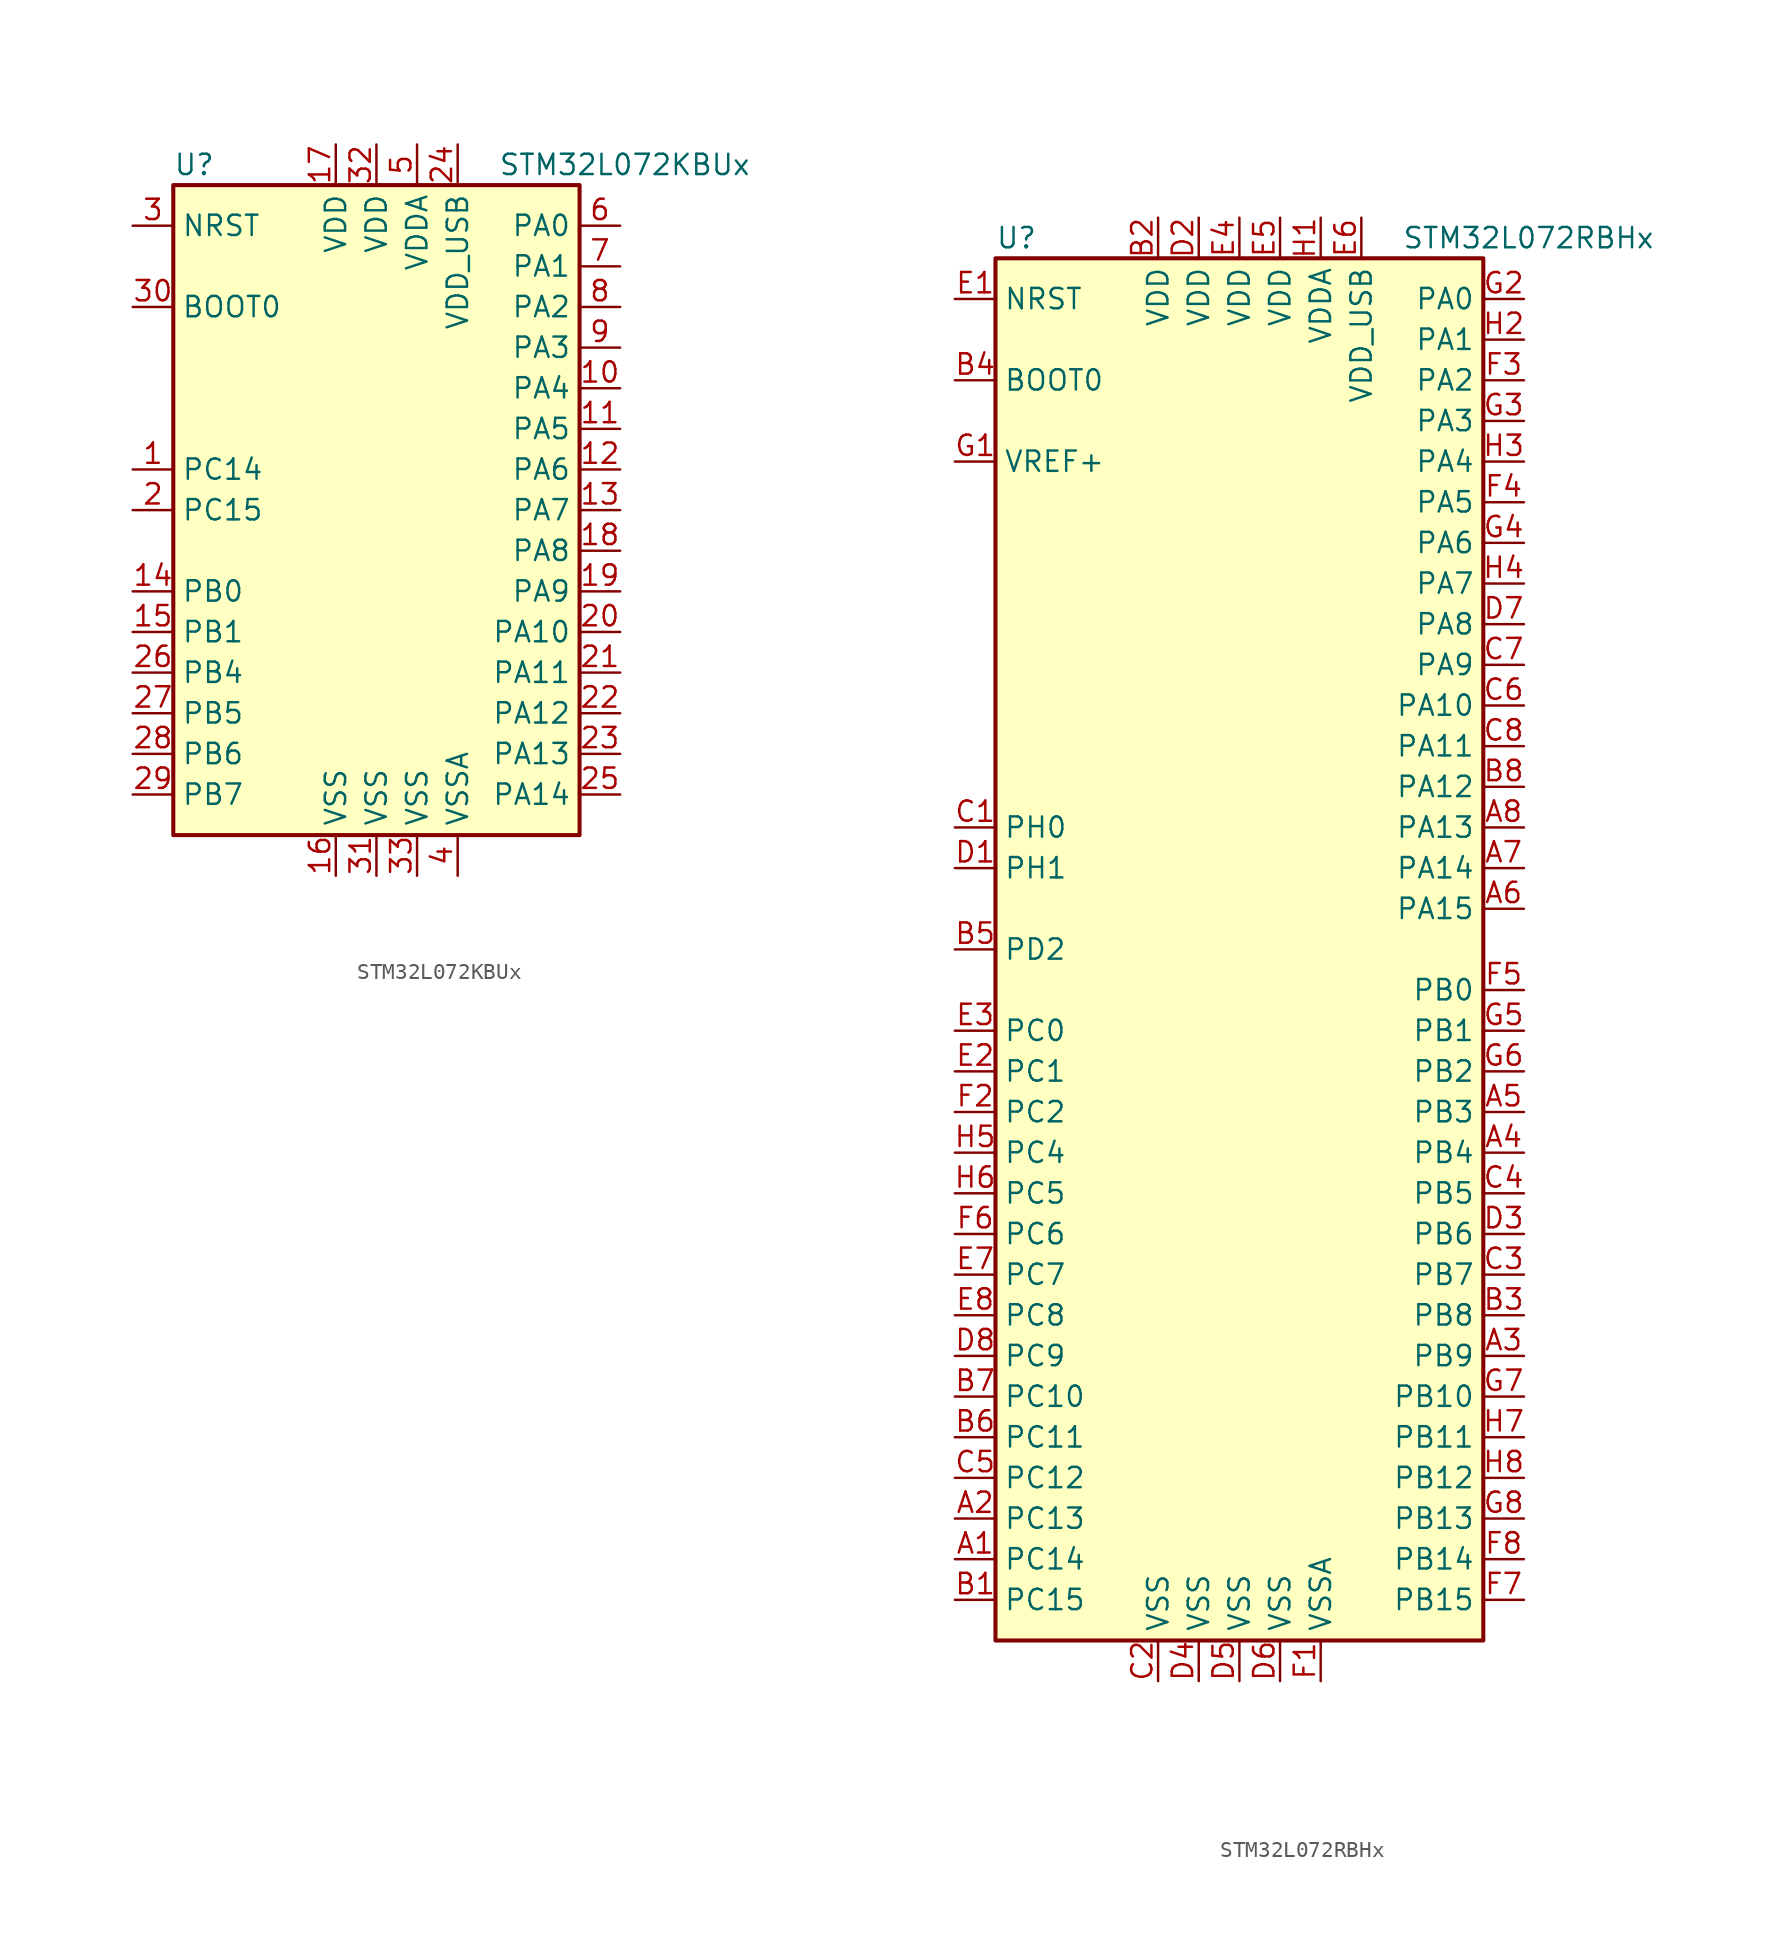
<source format=kicad_sym>
(kicad_symbol_lib
  (version 20201005)
  (generator kicad_symbol_editor)
  (symbol "MCU_ST_STM32L0:STM32L072KBUx"
    (property "Reference" "U"
      (at -12.7 21.59 0)
      (effects (font (size 1.27 1.27)) (justify left)))
    (property "Value" "STM32L072KBUx"
      (at 7.62 21.59 0)
      (effects (font (size 1.27 1.27)) (justify left)))
    (symbol "STM32L072KBUx_0_1"
      (rectangle (start -12.7 -20.32) (end 12.7 20.32) (stroke (width 0.254)) (fill (type background))))
    (symbol "STM32L072KBUx_1_1"
      (pin input line (at -15.24 12.7 0) (length 2.54) (name "BOOT0" (effects (font (size 1.27 1.27)))) (number "30" (effects (font (size 1.27 1.27)))))
      (pin input line (at -15.24 17.78 0) (length 2.54) (name "NRST" (effects (font (size 1.27 1.27)))) (number "3" (effects (font (size 1.27 1.27)))))
      (pin bidirectional line (at 15.24 17.78 180) (length 2.54) (name "PA0" (effects (font (size 1.27 1.27)))) (number "6" (effects (font (size 1.27 1.27)))))
      (pin bidirectional line (at 15.24 15.24 180) (length 2.54) (name "PA1" (effects (font (size 1.27 1.27)))) (number "7" (effects (font (size 1.27 1.27)))))
      (pin bidirectional line (at 15.24 -7.62 180) (length 2.54) (name "PA10" (effects (font (size 1.27 1.27)))) (number "20" (effects (font (size 1.27 1.27)))))
      (pin bidirectional line (at 15.24 -10.16 180) (length 2.54) (name "PA11" (effects (font (size 1.27 1.27)))) (number "21" (effects (font (size 1.27 1.27)))))
      (pin bidirectional line (at 15.24 -12.7 180) (length 2.54) (name "PA12" (effects (font (size 1.27 1.27)))) (number "22" (effects (font (size 1.27 1.27)))))
      (pin bidirectional line (at 15.24 -15.24 180) (length 2.54) (name "PA13" (effects (font (size 1.27 1.27)))) (number "23" (effects (font (size 1.27 1.27)))))
      (pin bidirectional line (at 15.24 -17.78 180) (length 2.54) (name "PA14" (effects (font (size 1.27 1.27)))) (number "25" (effects (font (size 1.27 1.27)))))
      (pin bidirectional line (at 15.24 12.7 180) (length 2.54) (name "PA2" (effects (font (size 1.27 1.27)))) (number "8" (effects (font (size 1.27 1.27)))))
      (pin bidirectional line (at 15.24 10.16 180) (length 2.54) (name "PA3" (effects (font (size 1.27 1.27)))) (number "9" (effects (font (size 1.27 1.27)))))
      (pin bidirectional line (at 15.24 7.62 180) (length 2.54) (name "PA4" (effects (font (size 1.27 1.27)))) (number "10" (effects (font (size 1.27 1.27)))))
      (pin bidirectional line (at 15.24 5.08 180) (length 2.54) (name "PA5" (effects (font (size 1.27 1.27)))) (number "11" (effects (font (size 1.27 1.27)))))
      (pin bidirectional line (at 15.24 2.54 180) (length 2.54) (name "PA6" (effects (font (size 1.27 1.27)))) (number "12" (effects (font (size 1.27 1.27)))))
      (pin bidirectional line (at 15.24 0 180) (length 2.54) (name "PA7" (effects (font (size 1.27 1.27)))) (number "13" (effects (font (size 1.27 1.27)))))
      (pin bidirectional line (at 15.24 -2.54 180) (length 2.54) (name "PA8" (effects (font (size 1.27 1.27)))) (number "18" (effects (font (size 1.27 1.27)))))
      (pin bidirectional line (at 15.24 -5.08 180) (length 2.54) (name "PA9" (effects (font (size 1.27 1.27)))) (number "19" (effects (font (size 1.27 1.27)))))
      (pin bidirectional line (at -15.24 -5.08 0) (length 2.54) (name "PB0" (effects (font (size 1.27 1.27)))) (number "14" (effects (font (size 1.27 1.27)))))
      (pin bidirectional line (at -15.24 -7.62 0) (length 2.54) (name "PB1" (effects (font (size 1.27 1.27)))) (number "15" (effects (font (size 1.27 1.27)))))
      (pin bidirectional line (at -15.24 -10.16 0) (length 2.54) (name "PB4" (effects (font (size 1.27 1.27)))) (number "26" (effects (font (size 1.27 1.27)))))
      (pin bidirectional line (at -15.24 -12.7 0) (length 2.54) (name "PB5" (effects (font (size 1.27 1.27)))) (number "27" (effects (font (size 1.27 1.27)))))
      (pin bidirectional line (at -15.24 -15.24 0) (length 2.54) (name "PB6" (effects (font (size 1.27 1.27)))) (number "28" (effects (font (size 1.27 1.27)))))
      (pin bidirectional line (at -15.24 -17.78 0) (length 2.54) (name "PB7" (effects (font (size 1.27 1.27)))) (number "29" (effects (font (size 1.27 1.27)))))
      (pin bidirectional line (at -15.24 2.54 0) (length 2.54) (name "PC14" (effects (font (size 1.27 1.27)))) (number "1" (effects (font (size 1.27 1.27)))))
      (pin bidirectional line (at -15.24 0 0) (length 2.54) (name "PC15" (effects (font (size 1.27 1.27)))) (number "2" (effects (font (size 1.27 1.27)))))
      (pin power_in line (at -2.54 22.86 270) (length 2.54) (name "VDD" (effects (font (size 1.27 1.27)))) (number "17" (effects (font (size 1.27 1.27)))))
      (pin power_in line (at 0 22.86 270) (length 2.54) (name "VDD" (effects (font (size 1.27 1.27)))) (number "32" (effects (font (size 1.27 1.27)))))
      (pin power_in line (at 2.54 22.86 270) (length 2.54) (name "VDDA" (effects (font (size 1.27 1.27)))) (number "5" (effects (font (size 1.27 1.27)))))
      (pin power_in line (at 5.08 22.86 270) (length 2.54) (name "VDD_USB" (effects (font (size 1.27 1.27)))) (number "24" (effects (font (size 1.27 1.27)))))
      (pin power_in line (at -2.54 -22.86 90) (length 2.54) (name "VSS" (effects (font (size 1.27 1.27)))) (number "16" (effects (font (size 1.27 1.27)))))
      (pin power_in line (at 0 -22.86 90) (length 2.54) (name "VSS" (effects (font (size 1.27 1.27)))) (number "31" (effects (font (size 1.27 1.27)))))
      (pin power_in line (at 2.54 -22.86 90) (length 2.54) (name "VSS" (effects (font (size 1.27 1.27)))) (number "33" (effects (font (size 1.27 1.27)))))
      (pin power_in line (at 5.08 -22.86 90) (length 2.54) (name "VSSA" (effects (font (size 1.27 1.27)))) (number "4" (effects (font (size 1.27 1.27)))))))
  (symbol "MCU_ST_STM32L0:STM32L072RBHx"
    (property "Reference" "U"
      (at -15.24 44.45 0)
      (effects (font (size 1.27 1.27)) (justify left)))
    (property "Value" "STM32L072RBHx"
      (at 10.16 44.45 0)
      (effects (font (size 1.27 1.27)) (justify left)))
    (symbol "STM32L072RBHx_0_1"
      (rectangle (start -15.24 -43.18) (end 15.24 43.18) (stroke (width 0.254)) (fill (type background))))
    (symbol "STM32L072RBHx_1_1"
      (pin input line (at -17.78 35.56 0) (length 2.54) (name "BOOT0" (effects (font (size 1.27 1.27)))) (number "B4" (effects (font (size 1.27 1.27)))))
      (pin input line (at -17.78 40.64 0) (length 2.54) (name "NRST" (effects (font (size 1.27 1.27)))) (number "E1" (effects (font (size 1.27 1.27)))))
      (pin bidirectional line (at 17.78 40.64 180) (length 2.54) (name "PA0" (effects (font (size 1.27 1.27)))) (number "G2" (effects (font (size 1.27 1.27)))))
      (pin bidirectional line (at 17.78 38.1 180) (length 2.54) (name "PA1" (effects (font (size 1.27 1.27)))) (number "H2" (effects (font (size 1.27 1.27)))))
      (pin bidirectional line (at 17.78 15.24 180) (length 2.54) (name "PA10" (effects (font (size 1.27 1.27)))) (number "C6" (effects (font (size 1.27 1.27)))))
      (pin bidirectional line (at 17.78 12.7 180) (length 2.54) (name "PA11" (effects (font (size 1.27 1.27)))) (number "C8" (effects (font (size 1.27 1.27)))))
      (pin bidirectional line (at 17.78 10.16 180) (length 2.54) (name "PA12" (effects (font (size 1.27 1.27)))) (number "B8" (effects (font (size 1.27 1.27)))))
      (pin bidirectional line (at 17.78 7.62 180) (length 2.54) (name "PA13" (effects (font (size 1.27 1.27)))) (number "A8" (effects (font (size 1.27 1.27)))))
      (pin bidirectional line (at 17.78 5.08 180) (length 2.54) (name "PA14" (effects (font (size 1.27 1.27)))) (number "A7" (effects (font (size 1.27 1.27)))))
      (pin bidirectional line (at 17.78 2.54 180) (length 2.54) (name "PA15" (effects (font (size 1.27 1.27)))) (number "A6" (effects (font (size 1.27 1.27)))))
      (pin bidirectional line (at 17.78 35.56 180) (length 2.54) (name "PA2" (effects (font (size 1.27 1.27)))) (number "F3" (effects (font (size 1.27 1.27)))))
      (pin bidirectional line (at 17.78 33.02 180) (length 2.54) (name "PA3" (effects (font (size 1.27 1.27)))) (number "G3" (effects (font (size 1.27 1.27)))))
      (pin bidirectional line (at 17.78 30.48 180) (length 2.54) (name "PA4" (effects (font (size 1.27 1.27)))) (number "H3" (effects (font (size 1.27 1.27)))))
      (pin bidirectional line (at 17.78 27.94 180) (length 2.54) (name "PA5" (effects (font (size 1.27 1.27)))) (number "F4" (effects (font (size 1.27 1.27)))))
      (pin bidirectional line (at 17.78 25.4 180) (length 2.54) (name "PA6" (effects (font (size 1.27 1.27)))) (number "G4" (effects (font (size 1.27 1.27)))))
      (pin bidirectional line (at 17.78 22.86 180) (length 2.54) (name "PA7" (effects (font (size 1.27 1.27)))) (number "H4" (effects (font (size 1.27 1.27)))))
      (pin bidirectional line (at 17.78 20.32 180) (length 2.54) (name "PA8" (effects (font (size 1.27 1.27)))) (number "D7" (effects (font (size 1.27 1.27)))))
      (pin bidirectional line (at 17.78 17.78 180) (length 2.54) (name "PA9" (effects (font (size 1.27 1.27)))) (number "C7" (effects (font (size 1.27 1.27)))))
      (pin bidirectional line (at 17.78 -2.54 180) (length 2.54) (name "PB0" (effects (font (size 1.27 1.27)))) (number "F5" (effects (font (size 1.27 1.27)))))
      (pin bidirectional line (at 17.78 -5.08 180) (length 2.54) (name "PB1" (effects (font (size 1.27 1.27)))) (number "G5" (effects (font (size 1.27 1.27)))))
      (pin bidirectional line (at 17.78 -27.94 180) (length 2.54) (name "PB10" (effects (font (size 1.27 1.27)))) (number "G7" (effects (font (size 1.27 1.27)))))
      (pin bidirectional line (at 17.78 -30.48 180) (length 2.54) (name "PB11" (effects (font (size 1.27 1.27)))) (number "H7" (effects (font (size 1.27 1.27)))))
      (pin bidirectional line (at 17.78 -33.02 180) (length 2.54) (name "PB12" (effects (font (size 1.27 1.27)))) (number "H8" (effects (font (size 1.27 1.27)))))
      (pin bidirectional line (at 17.78 -35.56 180) (length 2.54) (name "PB13" (effects (font (size 1.27 1.27)))) (number "G8" (effects (font (size 1.27 1.27)))))
      (pin bidirectional line (at 17.78 -38.1 180) (length 2.54) (name "PB14" (effects (font (size 1.27 1.27)))) (number "F8" (effects (font (size 1.27 1.27)))))
      (pin bidirectional line (at 17.78 -40.64 180) (length 2.54) (name "PB15" (effects (font (size 1.27 1.27)))) (number "F7" (effects (font (size 1.27 1.27)))))
      (pin bidirectional line (at 17.78 -7.62 180) (length 2.54) (name "PB2" (effects (font (size 1.27 1.27)))) (number "G6" (effects (font (size 1.27 1.27)))))
      (pin bidirectional line (at 17.78 -10.16 180) (length 2.54) (name "PB3" (effects (font (size 1.27 1.27)))) (number "A5" (effects (font (size 1.27 1.27)))))
      (pin bidirectional line (at 17.78 -12.7 180) (length 2.54) (name "PB4" (effects (font (size 1.27 1.27)))) (number "A4" (effects (font (size 1.27 1.27)))))
      (pin bidirectional line (at 17.78 -15.24 180) (length 2.54) (name "PB5" (effects (font (size 1.27 1.27)))) (number "C4" (effects (font (size 1.27 1.27)))))
      (pin bidirectional line (at 17.78 -17.78 180) (length 2.54) (name "PB6" (effects (font (size 1.27 1.27)))) (number "D3" (effects (font (size 1.27 1.27)))))
      (pin bidirectional line (at 17.78 -20.32 180) (length 2.54) (name "PB7" (effects (font (size 1.27 1.27)))) (number "C3" (effects (font (size 1.27 1.27)))))
      (pin bidirectional line (at 17.78 -22.86 180) (length 2.54) (name "PB8" (effects (font (size 1.27 1.27)))) (number "B3" (effects (font (size 1.27 1.27)))))
      (pin bidirectional line (at 17.78 -25.4 180) (length 2.54) (name "PB9" (effects (font (size 1.27 1.27)))) (number "A3" (effects (font (size 1.27 1.27)))))
      (pin bidirectional line (at -17.78 -5.08 0) (length 2.54) (name "PC0" (effects (font (size 1.27 1.27)))) (number "E3" (effects (font (size 1.27 1.27)))))
      (pin bidirectional line (at -17.78 -7.62 0) (length 2.54) (name "PC1" (effects (font (size 1.27 1.27)))) (number "E2" (effects (font (size 1.27 1.27)))))
      (pin bidirectional line (at -17.78 -27.94 0) (length 2.54) (name "PC10" (effects (font (size 1.27 1.27)))) (number "B7" (effects (font (size 1.27 1.27)))))
      (pin bidirectional line (at -17.78 -30.48 0) (length 2.54) (name "PC11" (effects (font (size 1.27 1.27)))) (number "B6" (effects (font (size 1.27 1.27)))))
      (pin bidirectional line (at -17.78 -33.02 0) (length 2.54) (name "PC12" (effects (font (size 1.27 1.27)))) (number "C5" (effects (font (size 1.27 1.27)))))
      (pin bidirectional line (at -17.78 -35.56 0) (length 2.54) (name "PC13" (effects (font (size 1.27 1.27)))) (number "A2" (effects (font (size 1.27 1.27)))))
      (pin bidirectional line (at -17.78 -38.1 0) (length 2.54) (name "PC14" (effects (font (size 1.27 1.27)))) (number "A1" (effects (font (size 1.27 1.27)))))
      (pin bidirectional line (at -17.78 -40.64 0) (length 2.54) (name "PC15" (effects (font (size 1.27 1.27)))) (number "B1" (effects (font (size 1.27 1.27)))))
      (pin bidirectional line (at -17.78 -10.16 0) (length 2.54) (name "PC2" (effects (font (size 1.27 1.27)))) (number "F2" (effects (font (size 1.27 1.27)))))
      (pin bidirectional line (at -17.78 -12.7 0) (length 2.54) (name "PC4" (effects (font (size 1.27 1.27)))) (number "H5" (effects (font (size 1.27 1.27)))))
      (pin bidirectional line (at -17.78 -15.24 0) (length 2.54) (name "PC5" (effects (font (size 1.27 1.27)))) (number "H6" (effects (font (size 1.27 1.27)))))
      (pin bidirectional line (at -17.78 -17.78 0) (length 2.54) (name "PC6" (effects (font (size 1.27 1.27)))) (number "F6" (effects (font (size 1.27 1.27)))))
      (pin bidirectional line (at -17.78 -20.32 0) (length 2.54) (name "PC7" (effects (font (size 1.27 1.27)))) (number "E7" (effects (font (size 1.27 1.27)))))
      (pin bidirectional line (at -17.78 -22.86 0) (length 2.54) (name "PC8" (effects (font (size 1.27 1.27)))) (number "E8" (effects (font (size 1.27 1.27)))))
      (pin bidirectional line (at -17.78 -25.4 0) (length 2.54) (name "PC9" (effects (font (size 1.27 1.27)))) (number "D8" (effects (font (size 1.27 1.27)))))
      (pin bidirectional line (at -17.78 0 0) (length 2.54) (name "PD2" (effects (font (size 1.27 1.27)))) (number "B5" (effects (font (size 1.27 1.27)))))
      (pin input line (at -17.78 7.62 0) (length 2.54) (name "PH0" (effects (font (size 1.27 1.27)))) (number "C1" (effects (font (size 1.27 1.27)))))
      (pin input line (at -17.78 5.08 0) (length 2.54) (name "PH1" (effects (font (size 1.27 1.27)))) (number "D1" (effects (font (size 1.27 1.27)))))
      (pin power_in line (at -5.08 45.72 270) (length 2.54) (name "VDD" (effects (font (size 1.27 1.27)))) (number "B2" (effects (font (size 1.27 1.27)))))
      (pin power_in line (at -2.54 45.72 270) (length 2.54) (name "VDD" (effects (font (size 1.27 1.27)))) (number "D2" (effects (font (size 1.27 1.27)))))
      (pin power_in line (at 0 45.72 270) (length 2.54) (name "VDD" (effects (font (size 1.27 1.27)))) (number "E4" (effects (font (size 1.27 1.27)))))
      (pin power_in line (at 2.54 45.72 270) (length 2.54) (name "VDD" (effects (font (size 1.27 1.27)))) (number "E5" (effects (font (size 1.27 1.27)))))
      (pin power_in line (at 5.08 45.72 270) (length 2.54) (name "VDDA" (effects (font (size 1.27 1.27)))) (number "H1" (effects (font (size 1.27 1.27)))))
      (pin power_in line (at 7.62 45.72 270) (length 2.54) (name "VDD_USB" (effects (font (size 1.27 1.27)))) (number "E6" (effects (font (size 1.27 1.27)))))
      (pin power_in line (at -17.78 30.48 0) (length 2.54) (name "VREF+" (effects (font (size 1.27 1.27)))) (number "G1" (effects (font (size 1.27 1.27)))))
      (pin power_in line (at -5.08 -45.72 90) (length 2.54) (name "VSS" (effects (font (size 1.27 1.27)))) (number "C2" (effects (font (size 1.27 1.27)))))
      (pin power_in line (at -2.54 -45.72 90) (length 2.54) (name "VSS" (effects (font (size 1.27 1.27)))) (number "D4" (effects (font (size 1.27 1.27)))))
      (pin power_in line (at 0 -45.72 90) (length 2.54) (name "VSS" (effects (font (size 1.27 1.27)))) (number "D5" (effects (font (size 1.27 1.27)))))
      (pin power_in line (at 2.54 -45.72 90) (length 2.54) (name "VSS" (effects (font (size 1.27 1.27)))) (number "D6" (effects (font (size 1.27 1.27)))))
      (pin power_in line (at 5.08 -45.72 90) (length 2.54) (name "VSSA" (effects (font (size 1.27 1.27)))) (number "F1" (effects (font (size 1.27 1.27))))))))
</source>
